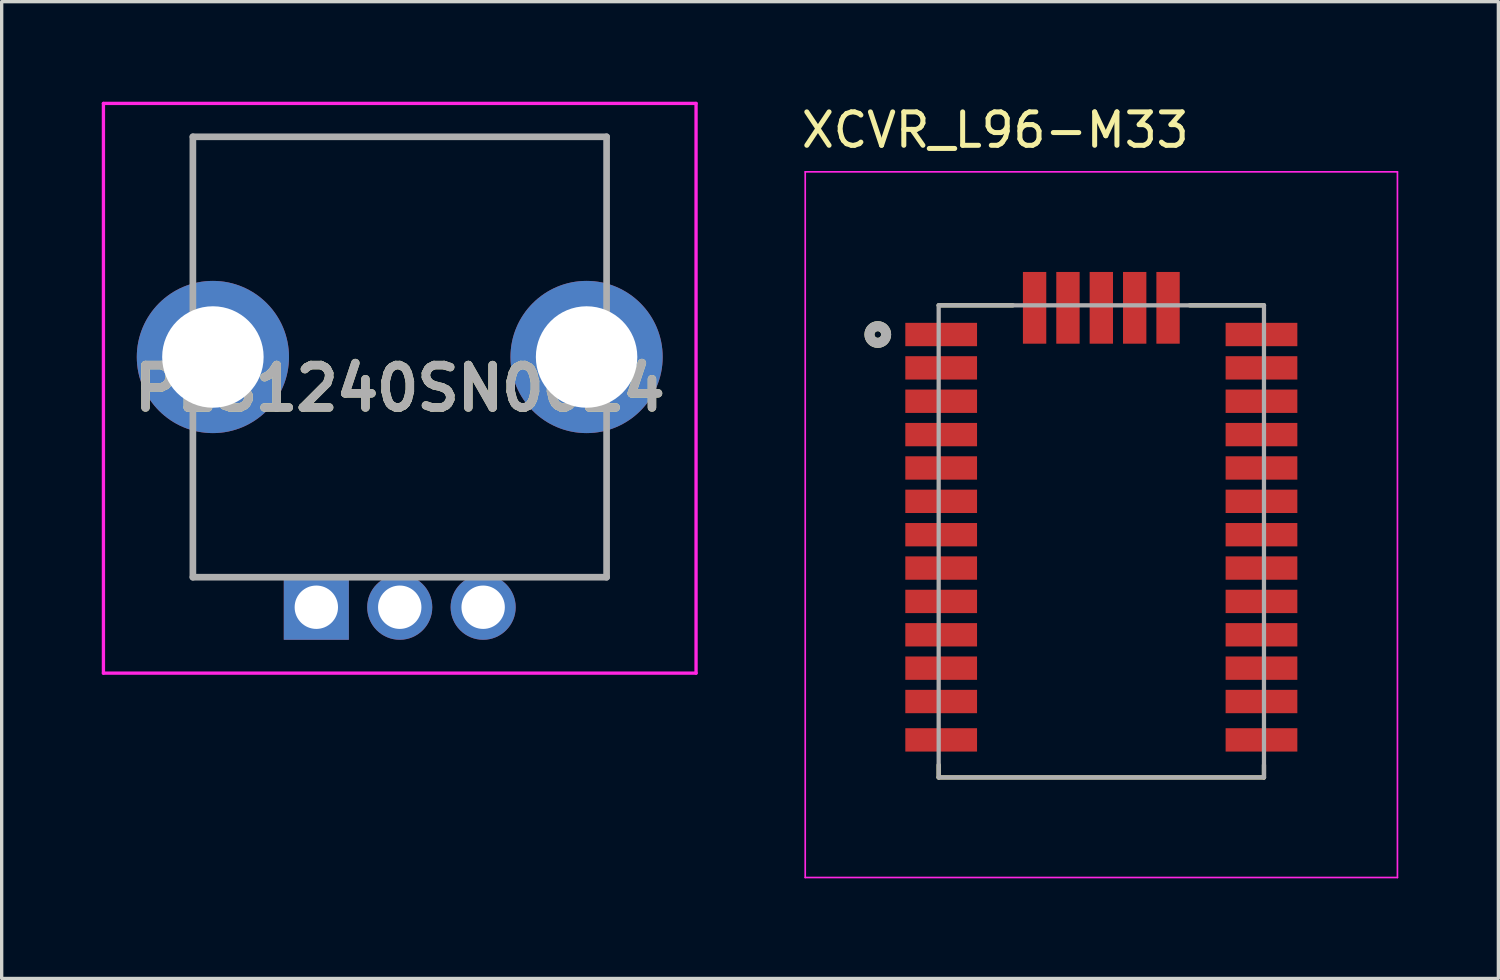
<source format=kicad_pcb>
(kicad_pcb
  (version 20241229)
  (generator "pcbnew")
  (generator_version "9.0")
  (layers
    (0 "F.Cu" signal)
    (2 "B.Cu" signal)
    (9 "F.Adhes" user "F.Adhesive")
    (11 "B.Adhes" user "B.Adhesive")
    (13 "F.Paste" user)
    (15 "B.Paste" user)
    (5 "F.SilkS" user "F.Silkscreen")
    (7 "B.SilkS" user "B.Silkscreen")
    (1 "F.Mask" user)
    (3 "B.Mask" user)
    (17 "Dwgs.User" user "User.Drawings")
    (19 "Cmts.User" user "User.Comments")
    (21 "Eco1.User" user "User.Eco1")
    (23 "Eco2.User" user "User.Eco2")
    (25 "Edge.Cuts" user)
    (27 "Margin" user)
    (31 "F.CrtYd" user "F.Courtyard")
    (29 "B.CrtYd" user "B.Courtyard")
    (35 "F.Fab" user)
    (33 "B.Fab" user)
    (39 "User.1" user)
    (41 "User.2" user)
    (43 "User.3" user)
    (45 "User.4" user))
  (footprint "XCVR_L96-M33"
    (layer "F.Cu")
    (at 29.959 13.176)
    (property "Reference" "XCVR_L96-M33" (at -3.179 -12.327 0) (layer "F.SilkS") (effects (font (size 1.001 1.001) (thickness 0.15))))
    (attr smd)
    (fp_line (start -4.875 -7.075) (end -2.65 -7.075) (stroke (width 0.127) (type solid)) (layer "F.SilkS"))
    (fp_line (start -4.875 6.7) (end -4.875 7.075) (stroke (width 0.127) (type solid)) (layer "F.SilkS"))
    (fp_line (start -4.875 7.075) (end 4.875 7.075) (stroke (width 0.127) (type solid)) (layer "F.SilkS"))
    (fp_line (start 2.65 -7.075) (end 4.875 -7.075) (stroke (width 0.127) (type solid)) (layer "F.SilkS"))
    (fp_line (start 4.875 7.075) (end 4.875 6.7) (stroke (width 0.127) (type solid)) (layer "F.SilkS"))
    (fp_circle (center -6.7 -6.2) (end -6.6 -6.2) (stroke (width 0.3) (type solid)) (fill no) (layer "F.SilkS"))
    (fp_poly (pts (xy -6.275 -6.55) (xy -3.825 -6.55) (xy -3.825 -5.85) (xy -6.275 -5.85)) (stroke (width 0.01) (type solid)) (fill yes) (layer "F.Paste"))
    (fp_poly (pts (xy -6.275 -5.55) (xy -3.825 -5.55) (xy -3.825 -4.85) (xy -6.275 -4.85)) (stroke (width 0.01) (type solid)) (fill yes) (layer "F.Paste"))
    (fp_poly (pts (xy -6.275 -4.55) (xy -3.825 -4.55) (xy -3.825 -3.85) (xy -6.275 -3.85)) (stroke (width 0.01) (type solid)) (fill yes) (layer "F.Paste"))
    (fp_poly (pts (xy -6.275 -3.55) (xy -3.825 -3.55) (xy -3.825 -2.85) (xy -6.275 -2.85)) (stroke (width 0.01) (type solid)) (fill yes) (layer "F.Paste"))
    (fp_poly (pts (xy -6.275 -2.55) (xy -3.825 -2.55) (xy -3.825 -1.85) (xy -6.275 -1.85)) (stroke (width 0.01) (type solid)) (fill yes) (layer "F.Paste"))
    (fp_poly (pts (xy -6.275 -1.55) (xy -3.825 -1.55) (xy -3.825 -0.85) (xy -6.275 -0.85)) (stroke (width 0.01) (type solid)) (fill yes) (layer "F.Paste"))
    (fp_poly (pts (xy -6.275 -0.55) (xy -3.825 -0.55) (xy -3.825 0.15) (xy -6.275 0.15)) (stroke (width 0.01) (type solid)) (fill yes) (layer "F.Paste"))
    (fp_poly (pts (xy -6.275 0.45) (xy -3.825 0.45) (xy -3.825 1.15) (xy -6.275 1.15)) (stroke (width 0.01) (type solid)) (fill yes) (layer "F.Paste"))
    (fp_poly (pts (xy -6.275 1.45) (xy -3.825 1.45) (xy -3.825 2.15) (xy -6.275 2.15)) (stroke (width 0.01) (type solid)) (fill yes) (layer "F.Paste"))
    (fp_poly (pts (xy -6.275 2.45) (xy -3.825 2.45) (xy -3.825 3.15) (xy -6.275 3.15)) (stroke (width 0.01) (type solid)) (fill yes) (layer "F.Paste"))
    (fp_poly (pts (xy -6.275 3.45) (xy -3.825 3.45) (xy -3.825 4.15) (xy -6.275 4.15)) (stroke (width 0.01) (type solid)) (fill yes) (layer "F.Paste"))
    (fp_poly (pts (xy -6.275 4.45) (xy -3.825 4.45) (xy -3.825 5.15) (xy -6.275 5.15)) (stroke (width 0.01) (type solid)) (fill yes) (layer "F.Paste"))
    (fp_poly (pts (xy -6.275 5.6) (xy -3.825 5.6) (xy -3.825 6.3) (xy -6.275 6.3)) (stroke (width 0.01) (type solid)) (fill yes) (layer "F.Paste"))
    (fp_poly (pts (xy -2.35 -8.475) (xy -1.65 -8.475) (xy -1.65 -6.025) (xy -2.35 -6.025)) (stroke (width 0.01) (type solid)) (fill yes) (layer "F.Paste"))
    (fp_poly (pts (xy -1.35 -8.475) (xy -0.65 -8.475) (xy -0.65 -6.025) (xy -1.35 -6.025)) (stroke (width 0.01) (type solid)) (fill yes) (layer "F.Paste"))
    (fp_poly (pts (xy -0.35 -8.475) (xy 0.35 -8.475) (xy 0.35 -6.025) (xy -0.35 -6.025)) (stroke (width 0.01) (type solid)) (fill yes) (layer "F.Paste"))
    (fp_poly (pts (xy 0.65 -8.475) (xy 1.35 -8.475) (xy 1.35 -6.025) (xy 0.65 -6.025)) (stroke (width 0.01) (type solid)) (fill yes) (layer "F.Paste"))
    (fp_poly (pts (xy 1.65 -8.475) (xy 2.35 -8.475) (xy 2.35 -6.025) (xy 1.65 -6.025)) (stroke (width 0.01) (type solid)) (fill yes) (layer "F.Paste"))
    (fp_poly (pts (xy 3.825 -6.55) (xy 6.275 -6.55) (xy 6.275 -5.85) (xy 3.825 -5.85)) (stroke (width 0.01) (type solid)) (fill yes) (layer "F.Paste"))
    (fp_poly (pts (xy 3.825 -5.55) (xy 6.275 -5.55) (xy 6.275 -4.85) (xy 3.825 -4.85)) (stroke (width 0.01) (type solid)) (fill yes) (layer "F.Paste"))
    (fp_poly (pts (xy 3.825 -4.55) (xy 6.275 -4.55) (xy 6.275 -3.85) (xy 3.825 -3.85)) (stroke (width 0.01) (type solid)) (fill yes) (layer "F.Paste"))
    (fp_poly (pts (xy 3.825 -3.55) (xy 6.275 -3.55) (xy 6.275 -2.85) (xy 3.825 -2.85)) (stroke (width 0.01) (type solid)) (fill yes) (layer "F.Paste"))
    (fp_poly (pts (xy 3.825 -2.55) (xy 6.275 -2.55) (xy 6.275 -1.85) (xy 3.825 -1.85)) (stroke (width 0.01) (type solid)) (fill yes) (layer "F.Paste"))
    (fp_poly (pts (xy 3.825 -1.55) (xy 6.275 -1.55) (xy 6.275 -0.85) (xy 3.825 -0.85)) (stroke (width 0.01) (type solid)) (fill yes) (layer "F.Paste"))
    (fp_poly (pts (xy 3.825 -0.55) (xy 6.275 -0.55) (xy 6.275 0.15) (xy 3.825 0.15)) (stroke (width 0.01) (type solid)) (fill yes) (layer "F.Paste"))
    (fp_poly (pts (xy 3.825 0.45) (xy 6.275 0.45) (xy 6.275 1.15) (xy 3.825 1.15)) (stroke (width 0.01) (type solid)) (fill yes) (layer "F.Paste"))
    (fp_poly (pts (xy 3.825 1.45) (xy 6.275 1.45) (xy 6.275 2.15) (xy 3.825 2.15)) (stroke (width 0.01) (type solid)) (fill yes) (layer "F.Paste"))
    (fp_poly (pts (xy 3.825 2.45) (xy 6.275 2.45) (xy 6.275 3.15) (xy 3.825 3.15)) (stroke (width 0.01) (type solid)) (fill yes) (layer "F.Paste"))
    (fp_poly (pts (xy 3.825 3.45) (xy 6.275 3.45) (xy 6.275 4.15) (xy 3.825 4.15)) (stroke (width 0.01) (type solid)) (fill yes) (layer "F.Paste"))
    (fp_poly (pts (xy 3.825 4.45) (xy 6.275 4.45) (xy 6.275 5.15) (xy 3.825 5.15)) (stroke (width 0.01) (type solid)) (fill yes) (layer "F.Paste"))
    (fp_poly (pts (xy 3.825 5.6) (xy 6.275 5.6) (xy 6.275 6.3) (xy 3.825 6.3)) (stroke (width 0.01) (type solid)) (fill yes) (layer "F.Paste"))
    (fp_line (start -8.875 -11.075) (end -8.875 10.075) (stroke (width 0.05) (type solid)) (layer "F.CrtYd"))
    (fp_line (start -8.875 10.075) (end 8.875 10.075) (stroke (width 0.05) (type solid)) (layer "F.CrtYd"))
    (fp_line (start 8.875 -11.075) (end -8.875 -11.075) (stroke (width 0.05) (type solid)) (layer "F.CrtYd"))
    (fp_line (start 8.875 10.075) (end 8.875 -11.075) (stroke (width 0.05) (type solid)) (layer "F.CrtYd"))
    (fp_line (start -4.875 -7.075) (end 4.875 -7.075) (stroke (width 0.127) (type solid)) (layer "F.Fab"))
    (fp_line (start -4.875 7.075) (end -4.875 -7.075) (stroke (width 0.127) (type solid)) (layer "F.Fab"))
    (fp_line (start 4.875 -7.075) (end 4.875 7.075) (stroke (width 0.127) (type solid)) (layer "F.Fab"))
    (fp_line (start 4.875 7.075) (end -4.875 7.075) (stroke (width 0.127) (type solid)) (layer "F.Fab"))
    (fp_circle (center -6.7 -6.2) (end -6.6 -6.2) (stroke (width 0.3) (type solid)) (fill no) (layer "F.Fab"))
    (pad "1" smd rect (at -4.8 -6.2) (size 2.15 0.7) (layers "F.Cu" "F.Mask"))
    (pad "2" smd rect (at -4.8 -5.2) (size 2.15 0.7) (layers "F.Cu" "F.Mask"))
    (pad "3" smd rect (at -4.8 -4.2) (size 2.15 0.7) (layers "F.Cu" "F.Mask"))
    (pad "4" smd rect (at -4.8 -3.2) (size 2.15 0.7) (layers "F.Cu" "F.Mask"))
    (pad "5" smd rect (at -4.8 -2.2) (size 2.15 0.7) (layers "F.Cu" "F.Mask"))
    (pad "6" smd rect (at -4.8 -1.2) (size 2.15 0.7) (layers "F.Cu" "F.Mask"))
    (pad "7" smd rect (at -4.8 -0.2) (size 2.15 0.7) (layers "F.Cu" "F.Mask"))
    (pad "8" smd rect (at -4.8 0.8) (size 2.15 0.7) (layers "F.Cu" "F.Mask"))
    (pad "9" smd rect (at -4.8 1.8) (size 2.15 0.7) (layers "F.Cu" "F.Mask"))
    (pad "10" smd rect (at -4.8 2.8) (size 2.15 0.7) (layers "F.Cu" "F.Mask"))
    (pad "11" smd rect (at -4.8 3.8) (size 2.15 0.7) (layers "F.Cu" "F.Mask"))
    (pad "12" smd rect (at -4.8 4.8) (size 2.15 0.7) (layers "F.Cu" "F.Mask"))
    (pad "13" smd rect (at -4.8 5.95) (size 2.15 0.7) (layers "F.Cu" "F.Mask"))
    (pad "14" smd rect (at 4.8 5.95) (size 2.15 0.7) (layers "F.Cu" "F.Mask"))
    (pad "15" smd rect (at 4.8 4.8) (size 2.15 0.7) (layers "F.Cu" "F.Mask"))
    (pad "16" smd rect (at 4.8 3.8) (size 2.15 0.7) (layers "F.Cu" "F.Mask"))
    (pad "17" smd rect (at 4.8 2.8) (size 2.15 0.7) (layers "F.Cu" "F.Mask"))
    (pad "18" smd rect (at 4.8 1.8) (size 2.15 0.7) (layers "F.Cu" "F.Mask"))
    (pad "19" smd rect (at 4.8 0.8) (size 2.15 0.7) (layers "F.Cu" "F.Mask"))
    (pad "20" smd rect (at 4.8 -0.2) (size 2.15 0.7) (layers "F.Cu" "F.Mask"))
    (pad "21" smd rect (at 4.8 -1.2) (size 2.15 0.7) (layers "F.Cu" "F.Mask"))
    (pad "22" smd rect (at 4.8 -2.2) (size 2.15 0.7) (layers "F.Cu" "F.Mask"))
    (pad "23" smd rect (at 4.8 -3.2) (size 2.15 0.7) (layers "F.Cu" "F.Mask"))
    (pad "24" smd rect (at 4.8 -4.2) (size 2.15 0.7) (layers "F.Cu" "F.Mask"))
    (pad "25" smd rect (at 4.8 -5.2) (size 2.15 0.7) (layers "F.Cu" "F.Mask"))
    (pad "26" smd rect (at 4.8 -6.2) (size 2.15 0.7) (layers "F.Cu" "F.Mask"))
    (pad "27" smd rect (at 2 -7) (size 0.7 2.15) (layers "F.Cu" "F.Mask"))
    (pad "28" smd rect (at 1 -7) (size 0.7 2.15) (layers "F.Cu" "F.Mask"))
    (pad "29" smd rect (at 0 -7) (size 0.7 2.15) (layers "F.Cu" "F.Mask"))
    (pad "30" smd rect (at -1 -7) (size 0.7 2.15) (layers "F.Cu" "F.Mask"))
    (pad "31" smd rect (at -2 -7) (size 0.7 2.15) (layers "F.Cu" "F.Mask")))
  (footprint "PES1240SN0024"
    (layer "F.Cu")
    (at 6.431 15.15)
    (property "Reference" "PES1240SN0024" (at 2.5 -6.562 0) (layer "F.SilkS") (effects (font (size 1.27 1.27) (thickness 0.254))))
    (attr through_hole)
    (fp_line (start -3.7 -14.1) (end 8.7 -14.1) (stroke (width 0.1) (type solid)) (layer "F.SilkS"))
    (fp_line (start -3.7 -10) (end -3.7 -14.1) (stroke (width 0.1) (type solid)) (layer "F.SilkS"))
    (fp_line (start -3.7 -5) (end -3.7 -0.9) (stroke (width 0.1) (type solid)) (layer "F.SilkS"))
    (fp_line (start -3.7 -0.9) (end -1.5 -0.9) (stroke (width 0.1) (type solid)) (layer "F.SilkS"))
    (fp_line (start 8.7 -14.1) (end 8.7 -10) (stroke (width 0.1) (type solid)) (layer "F.SilkS"))
    (fp_line (start 8.7 -5) (end 8.7 -0.9) (stroke (width 0.1) (type solid)) (layer "F.SilkS"))
    (fp_line (start 8.7 -0.9) (end 6 -0.9) (stroke (width 0.1) (type solid)) (layer "F.SilkS"))
    (fp_line (start -6.381 -15.1) (end 11.381 -15.1) (stroke (width 0.1) (type solid)) (layer "F.CrtYd"))
    (fp_line (start -6.381 1.975) (end -6.381 -15.1) (stroke (width 0.1) (type solid)) (layer "F.CrtYd"))
    (fp_line (start 11.381 -15.1) (end 11.381 1.975) (stroke (width 0.1) (type solid)) (layer "F.CrtYd"))
    (fp_line (start 11.381 1.975) (end -6.381 1.975) (stroke (width 0.1) (type solid)) (layer "F.CrtYd"))
    (fp_line (start -3.7 -14.1) (end 8.7 -14.1) (stroke (width 0.2) (type solid)) (layer "F.Fab"))
    (fp_line (start -3.7 -0.9) (end -3.7 -14.1) (stroke (width 0.2) (type solid)) (layer "F.Fab"))
    (fp_line (start 8.7 -14.1) (end 8.7 -0.9) (stroke (width 0.2) (type solid)) (layer "F.Fab"))
    (fp_line (start 8.7 -0.9) (end -3.7 -0.9) (stroke (width 0.2) (type solid)) (layer "F.Fab"))
    (fp_text user "${REFERENCE}" (at 2.5 -6.562 0) (layer "F.Fab") (effects (font (size 1.27 1.27) (thickness 0.254))))
    (pad "A1" thru_hole rect (at 0 0) (size 1.95 1.95) (drill 1.3) (layers "*.Cu" "*.Mask"))
    (pad "B1" thru_hole circle (at 5 0) (size 1.95 1.95) (drill 1.3) (layers "*.Cu" "*.Mask"))
    (pad "C1" thru_hole circle (at 2.5 0) (size 1.95 1.95) (drill 1.3) (layers "*.Cu" "*.Mask"))
    (pad "MH1" thru_hole circle (at -3.1 -7.5) (size 4.562 4.562) (drill 3.041) (layers "*.Cu" "*.Mask"))
    (pad "MH2" thru_hole circle (at 8.1 -7.5) (size 4.562 4.562) (drill 3.041) (layers "*.Cu" "*.Mask")))
  (gr_rect
    (start -3 -3)
    (end 41.859 26.276)
    (stroke (width 0.1) (type default))
    (fill no)
    (layer "Edge.Cuts")))
</source>
